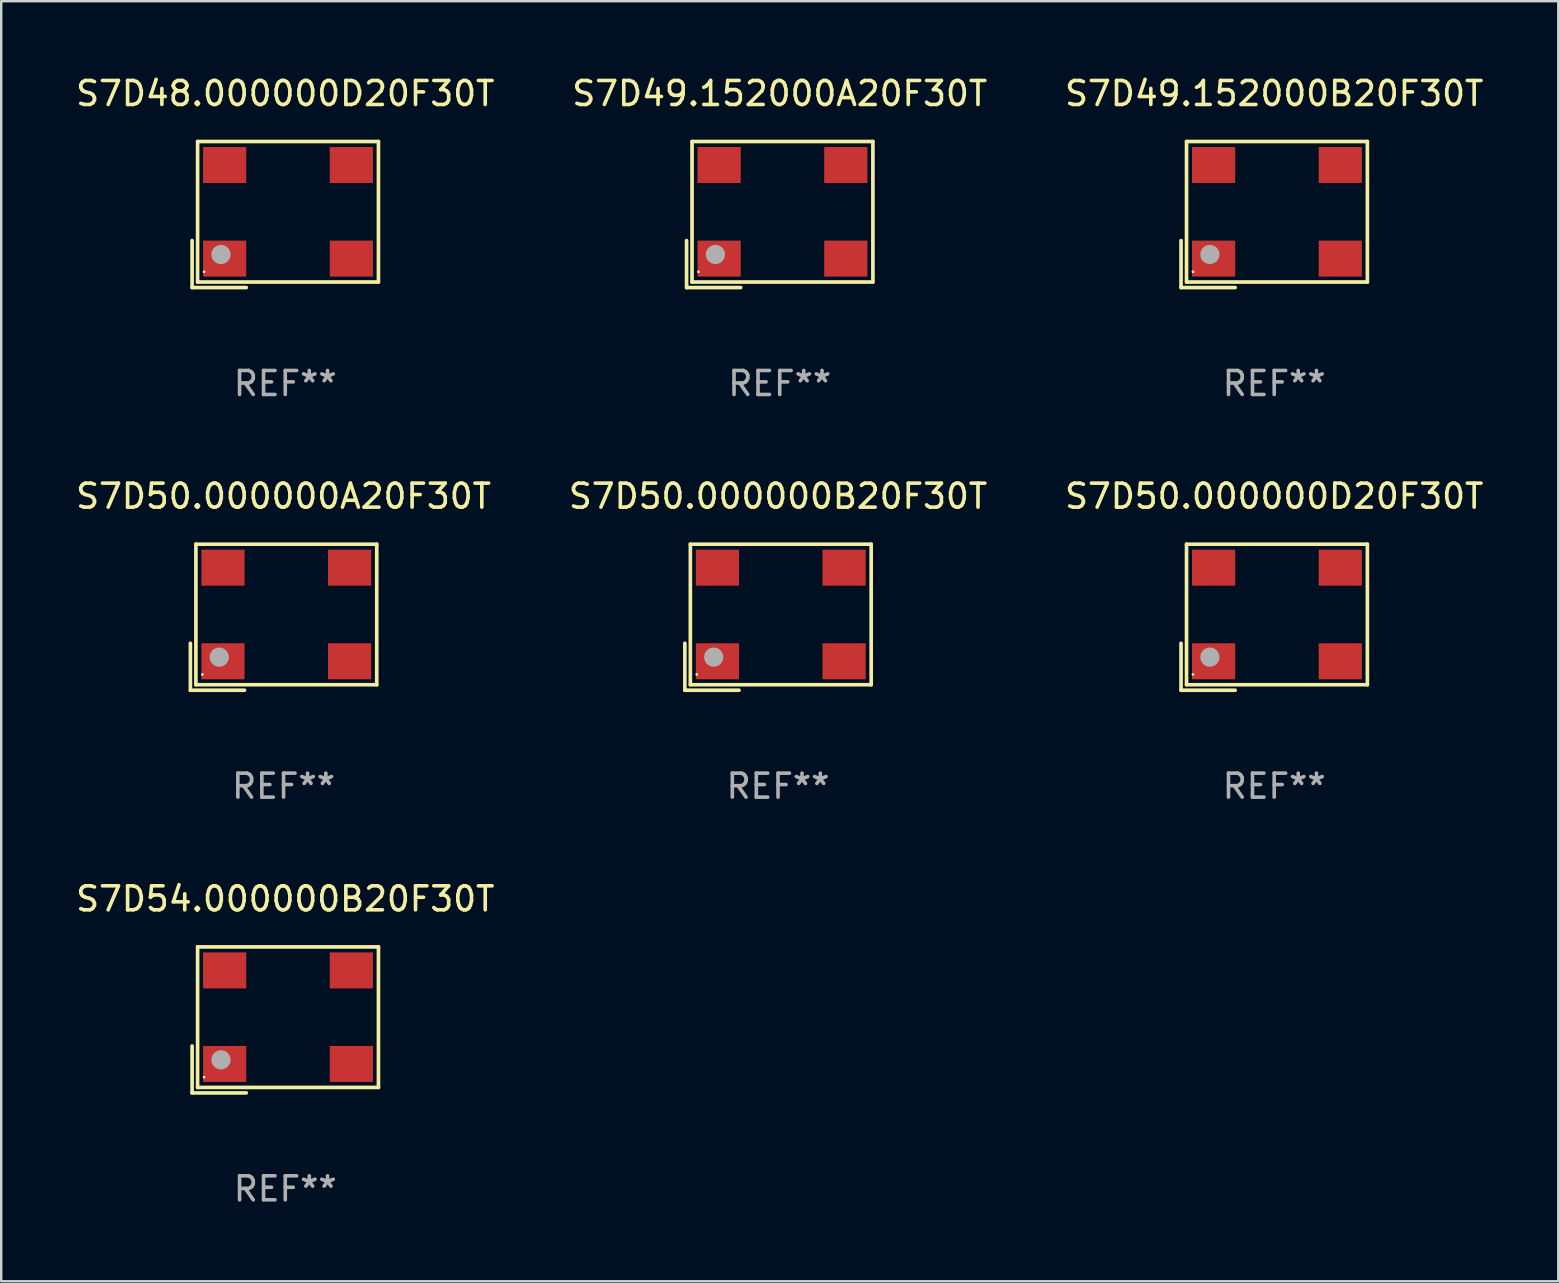
<source format=kicad_pcb>
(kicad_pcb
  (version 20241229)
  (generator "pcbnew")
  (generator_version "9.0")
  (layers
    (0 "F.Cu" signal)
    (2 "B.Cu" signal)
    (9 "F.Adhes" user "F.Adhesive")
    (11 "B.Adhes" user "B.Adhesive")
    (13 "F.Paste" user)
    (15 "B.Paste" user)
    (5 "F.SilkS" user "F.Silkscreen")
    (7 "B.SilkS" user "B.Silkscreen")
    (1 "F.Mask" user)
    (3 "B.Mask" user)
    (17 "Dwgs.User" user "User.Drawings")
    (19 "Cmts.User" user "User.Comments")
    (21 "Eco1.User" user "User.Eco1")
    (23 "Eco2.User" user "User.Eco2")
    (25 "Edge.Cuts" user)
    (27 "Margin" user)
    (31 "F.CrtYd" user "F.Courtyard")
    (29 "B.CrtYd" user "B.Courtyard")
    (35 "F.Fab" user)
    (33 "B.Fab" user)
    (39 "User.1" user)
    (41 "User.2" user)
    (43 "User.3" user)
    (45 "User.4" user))
  (footprint "S7D50.000000D20F30T"
    (layer "F.Cu")
    (at 50.054 22.673)
    (property "Reference" "S7D50.000000D20F30T" (at 0 -5.043 0) (layer "F.SilkS") (effects (font (size 1 1) (thickness 0.15))))
    (attr through_hole)
    (fp_line (start -3.883 1.086) (end -3.883 3.043) (stroke (width 0.152) (type solid)) (layer "F.SilkS"))
    (fp_line (start -3.883 3.043) (end -1.626 3.043) (stroke (width 0.152) (type solid)) (layer "F.SilkS"))
    (fp_line (start -3.654 -3.043) (end 3.883 -3.043) (stroke (width 0.152) (type solid)) (layer "F.SilkS"))
    (fp_line (start -3.654 2.814) (end -3.654 -3.043) (stroke (width 0.152) (type solid)) (layer "F.SilkS"))
    (fp_line (start 3.883 -3.043) (end 3.883 2.814) (stroke (width 0.152) (type solid)) (layer "F.SilkS"))
    (fp_line (start 3.883 2.814) (end -3.654 2.814) (stroke (width 0.152) (type solid)) (layer "F.SilkS"))
    (fp_circle (center -3.386 2.386) (end -3.356 2.386) (stroke (width 0.06) (type solid)) (fill no) (layer "F.SilkS"))
    (fp_circle (center -2.68 1.664) (end -2.48 1.664) (stroke (width 0.4) (type solid)) (fill no) (layer "F.Fab"))
    (fp_text user "REF**" (at 0 7.043 0) (layer "F.Fab") (effects (font (size 1 1) (thickness 0.15))))
    (pad "1" smd rect (at -2.526 1.836) (size 1.8 1.5) (layers "F.Cu" "F.Mask" "F.Paste"))
    (pad "2" smd rect (at 2.754 1.836) (size 1.8 1.5) (layers "F.Cu" "F.Mask" "F.Paste"))
    (pad "3" smd rect (at 2.754 -2.064) (size 1.8 1.5) (layers "F.Cu" "F.Mask" "F.Paste"))
    (pad "4" smd rect (at -2.526 -2.064) (size 1.8 1.5) (layers "F.Cu" "F.Mask" "F.Paste")))
  (footprint "S7D50.000000A20F30T"
    (layer "F.Cu")
    (at 8.768 22.673)
    (property "Reference" "S7D50.000000A20F30T" (at 0 -5.043 0) (layer "F.SilkS") (effects (font (size 1 1) (thickness 0.15))))
    (attr through_hole)
    (fp_line (start -3.883 1.086) (end -3.883 3.043) (stroke (width 0.152) (type solid)) (layer "F.SilkS"))
    (fp_line (start -3.883 3.043) (end -1.626 3.043) (stroke (width 0.152) (type solid)) (layer "F.SilkS"))
    (fp_line (start -3.654 -3.043) (end 3.883 -3.043) (stroke (width 0.152) (type solid)) (layer "F.SilkS"))
    (fp_line (start -3.654 2.814) (end -3.654 -3.043) (stroke (width 0.152) (type solid)) (layer "F.SilkS"))
    (fp_line (start 3.883 -3.043) (end 3.883 2.814) (stroke (width 0.152) (type solid)) (layer "F.SilkS"))
    (fp_line (start 3.883 2.814) (end -3.654 2.814) (stroke (width 0.152) (type solid)) (layer "F.SilkS"))
    (fp_circle (center -3.386 2.386) (end -3.356 2.386) (stroke (width 0.06) (type solid)) (fill no) (layer "F.SilkS"))
    (fp_circle (center -2.68 1.664) (end -2.48 1.664) (stroke (width 0.4) (type solid)) (fill no) (layer "F.Fab"))
    (fp_text user "REF**" (at 0 7.043 0) (layer "F.Fab") (effects (font (size 1 1) (thickness 0.15))))
    (pad "1" smd rect (at -2.526 1.836) (size 1.8 1.5) (layers "F.Cu" "F.Mask" "F.Paste"))
    (pad "2" smd rect (at 2.754 1.836) (size 1.8 1.5) (layers "F.Cu" "F.Mask" "F.Paste"))
    (pad "3" smd rect (at 2.754 -2.064) (size 1.8 1.5) (layers "F.Cu" "F.Mask" "F.Paste"))
    (pad "4" smd rect (at -2.526 -2.064) (size 1.8 1.5) (layers "F.Cu" "F.Mask" "F.Paste")))
  (footprint "S7D49.152000A20F30T"
    (layer "F.Cu")
    (at 29.446 5.891)
    (property "Reference" "S7D49.152000A20F30T" (at 0 -5.043 0) (layer "F.SilkS") (effects (font (size 1 1) (thickness 0.15))))
    (attr through_hole)
    (fp_line (start -3.883 1.086) (end -3.883 3.043) (stroke (width 0.152) (type solid)) (layer "F.SilkS"))
    (fp_line (start -3.883 3.043) (end -1.626 3.043) (stroke (width 0.152) (type solid)) (layer "F.SilkS"))
    (fp_line (start -3.654 -3.043) (end 3.883 -3.043) (stroke (width 0.152) (type solid)) (layer "F.SilkS"))
    (fp_line (start -3.654 2.814) (end -3.654 -3.043) (stroke (width 0.152) (type solid)) (layer "F.SilkS"))
    (fp_line (start 3.883 -3.043) (end 3.883 2.814) (stroke (width 0.152) (type solid)) (layer "F.SilkS"))
    (fp_line (start 3.883 2.814) (end -3.654 2.814) (stroke (width 0.152) (type solid)) (layer "F.SilkS"))
    (fp_circle (center -3.386 2.386) (end -3.356 2.386) (stroke (width 0.06) (type solid)) (fill no) (layer "F.SilkS"))
    (fp_circle (center -2.68 1.664) (end -2.48 1.664) (stroke (width 0.4) (type solid)) (fill no) (layer "F.Fab"))
    (fp_text user "REF**" (at 0 7.043 0) (layer "F.Fab") (effects (font (size 1 1) (thickness 0.15))))
    (pad "1" smd rect (at -2.526 1.836) (size 1.8 1.5) (layers "F.Cu" "F.Mask" "F.Paste"))
    (pad "2" smd rect (at 2.754 1.836) (size 1.8 1.5) (layers "F.Cu" "F.Mask" "F.Paste"))
    (pad "3" smd rect (at 2.754 -2.064) (size 1.8 1.5) (layers "F.Cu" "F.Mask" "F.Paste"))
    (pad "4" smd rect (at -2.526 -2.064) (size 1.8 1.5) (layers "F.Cu" "F.Mask" "F.Paste")))
  (footprint "S7D54.000000B20F30T"
    (layer "F.Cu")
    (at 8.839 39.456)
    (property "Reference" "S7D54.000000B20F30T" (at 0 -5.043 0) (layer "F.SilkS") (effects (font (size 1 1) (thickness 0.15))))
    (attr through_hole)
    (fp_line (start -3.883 1.086) (end -3.883 3.043) (stroke (width 0.152) (type solid)) (layer "F.SilkS"))
    (fp_line (start -3.883 3.043) (end -1.626 3.043) (stroke (width 0.152) (type solid)) (layer "F.SilkS"))
    (fp_line (start -3.654 -3.043) (end 3.883 -3.043) (stroke (width 0.152) (type solid)) (layer "F.SilkS"))
    (fp_line (start -3.654 2.814) (end -3.654 -3.043) (stroke (width 0.152) (type solid)) (layer "F.SilkS"))
    (fp_line (start 3.883 -3.043) (end 3.883 2.814) (stroke (width 0.152) (type solid)) (layer "F.SilkS"))
    (fp_line (start 3.883 2.814) (end -3.654 2.814) (stroke (width 0.152) (type solid)) (layer "F.SilkS"))
    (fp_circle (center -3.386 2.386) (end -3.356 2.386) (stroke (width 0.06) (type solid)) (fill no) (layer "F.SilkS"))
    (fp_circle (center -2.68 1.664) (end -2.48 1.664) (stroke (width 0.4) (type solid)) (fill no) (layer "F.Fab"))
    (fp_text user "REF**" (at 0 7.043 0) (layer "F.Fab") (effects (font (size 1 1) (thickness 0.15))))
    (pad "1" smd rect (at -2.526 1.836) (size 1.8 1.5) (layers "F.Cu" "F.Mask" "F.Paste"))
    (pad "2" smd rect (at 2.754 1.836) (size 1.8 1.5) (layers "F.Cu" "F.Mask" "F.Paste"))
    (pad "3" smd rect (at 2.754 -2.064) (size 1.8 1.5) (layers "F.Cu" "F.Mask" "F.Paste"))
    (pad "4" smd rect (at -2.526 -2.064) (size 1.8 1.5) (layers "F.Cu" "F.Mask" "F.Paste")))
  (footprint "S7D50.000000B20F30T"
    (layer "F.Cu")
    (at 29.375 22.673)
    (property "Reference" "S7D50.000000B20F30T" (at 0 -5.043 0) (layer "F.SilkS") (effects (font (size 1 1) (thickness 0.15))))
    (attr through_hole)
    (fp_line (start -3.883 1.086) (end -3.883 3.043) (stroke (width 0.152) (type solid)) (layer "F.SilkS"))
    (fp_line (start -3.883 3.043) (end -1.626 3.043) (stroke (width 0.152) (type solid)) (layer "F.SilkS"))
    (fp_line (start -3.654 -3.043) (end 3.883 -3.043) (stroke (width 0.152) (type solid)) (layer "F.SilkS"))
    (fp_line (start -3.654 2.814) (end -3.654 -3.043) (stroke (width 0.152) (type solid)) (layer "F.SilkS"))
    (fp_line (start 3.883 -3.043) (end 3.883 2.814) (stroke (width 0.152) (type solid)) (layer "F.SilkS"))
    (fp_line (start 3.883 2.814) (end -3.654 2.814) (stroke (width 0.152) (type solid)) (layer "F.SilkS"))
    (fp_circle (center -3.386 2.386) (end -3.356 2.386) (stroke (width 0.06) (type solid)) (fill no) (layer "F.SilkS"))
    (fp_circle (center -2.68 1.664) (end -2.48 1.664) (stroke (width 0.4) (type solid)) (fill no) (layer "F.Fab"))
    (fp_text user "REF**" (at 0 7.043 0) (layer "F.Fab") (effects (font (size 1 1) (thickness 0.15))))
    (pad "1" smd rect (at -2.526 1.836) (size 1.8 1.5) (layers "F.Cu" "F.Mask" "F.Paste"))
    (pad "2" smd rect (at 2.754 1.836) (size 1.8 1.5) (layers "F.Cu" "F.Mask" "F.Paste"))
    (pad "3" smd rect (at 2.754 -2.064) (size 1.8 1.5) (layers "F.Cu" "F.Mask" "F.Paste"))
    (pad "4" smd rect (at -2.526 -2.064) (size 1.8 1.5) (layers "F.Cu" "F.Mask" "F.Paste")))
  (footprint "S7D48.000000D20F30T"
    (layer "F.Cu")
    (at 8.839 5.891)
    (property "Reference" "S7D48.000000D20F30T" (at 0 -5.043 0) (layer "F.SilkS") (effects (font (size 1 1) (thickness 0.15))))
    (attr through_hole)
    (fp_line (start -3.883 1.086) (end -3.883 3.043) (stroke (width 0.152) (type solid)) (layer "F.SilkS"))
    (fp_line (start -3.883 3.043) (end -1.626 3.043) (stroke (width 0.152) (type solid)) (layer "F.SilkS"))
    (fp_line (start -3.654 -3.043) (end 3.883 -3.043) (stroke (width 0.152) (type solid)) (layer "F.SilkS"))
    (fp_line (start -3.654 2.814) (end -3.654 -3.043) (stroke (width 0.152) (type solid)) (layer "F.SilkS"))
    (fp_line (start 3.883 -3.043) (end 3.883 2.814) (stroke (width 0.152) (type solid)) (layer "F.SilkS"))
    (fp_line (start 3.883 2.814) (end -3.654 2.814) (stroke (width 0.152) (type solid)) (layer "F.SilkS"))
    (fp_circle (center -3.386 2.386) (end -3.356 2.386) (stroke (width 0.06) (type solid)) (fill no) (layer "F.SilkS"))
    (fp_circle (center -2.68 1.664) (end -2.48 1.664) (stroke (width 0.4) (type solid)) (fill no) (layer "F.Fab"))
    (fp_text user "REF**" (at 0 7.043 0) (layer "F.Fab") (effects (font (size 1 1) (thickness 0.15))))
    (pad "1" smd rect (at -2.526 1.836) (size 1.8 1.5) (layers "F.Cu" "F.Mask" "F.Paste"))
    (pad "2" smd rect (at 2.754 1.836) (size 1.8 1.5) (layers "F.Cu" "F.Mask" "F.Paste"))
    (pad "3" smd rect (at 2.754 -2.064) (size 1.8 1.5) (layers "F.Cu" "F.Mask" "F.Paste"))
    (pad "4" smd rect (at -2.526 -2.064) (size 1.8 1.5) (layers "F.Cu" "F.Mask" "F.Paste")))
  (footprint "S7D49.152000B20F30T"
    (layer "F.Cu")
    (at 50.054 5.891)
    (property "Reference" "S7D49.152000B20F30T" (at 0 -5.043 0) (layer "F.SilkS") (effects (font (size 1 1) (thickness 0.15))))
    (attr through_hole)
    (fp_line (start -3.883 1.086) (end -3.883 3.043) (stroke (width 0.152) (type solid)) (layer "F.SilkS"))
    (fp_line (start -3.883 3.043) (end -1.626 3.043) (stroke (width 0.152) (type solid)) (layer "F.SilkS"))
    (fp_line (start -3.654 -3.043) (end 3.883 -3.043) (stroke (width 0.152) (type solid)) (layer "F.SilkS"))
    (fp_line (start -3.654 2.814) (end -3.654 -3.043) (stroke (width 0.152) (type solid)) (layer "F.SilkS"))
    (fp_line (start 3.883 -3.043) (end 3.883 2.814) (stroke (width 0.152) (type solid)) (layer "F.SilkS"))
    (fp_line (start 3.883 2.814) (end -3.654 2.814) (stroke (width 0.152) (type solid)) (layer "F.SilkS"))
    (fp_circle (center -3.386 2.386) (end -3.356 2.386) (stroke (width 0.06) (type solid)) (fill no) (layer "F.SilkS"))
    (fp_circle (center -2.68 1.664) (end -2.48 1.664) (stroke (width 0.4) (type solid)) (fill no) (layer "F.Fab"))
    (fp_text user "REF**" (at 0 7.043 0) (layer "F.Fab") (effects (font (size 1 1) (thickness 0.15))))
    (pad "1" smd rect (at -2.526 1.836) (size 1.8 1.5) (layers "F.Cu" "F.Mask" "F.Paste"))
    (pad "2" smd rect (at 2.754 1.836) (size 1.8 1.5) (layers "F.Cu" "F.Mask" "F.Paste"))
    (pad "3" smd rect (at 2.754 -2.064) (size 1.8 1.5) (layers "F.Cu" "F.Mask" "F.Paste"))
    (pad "4" smd rect (at -2.526 -2.064) (size 1.8 1.5) (layers "F.Cu" "F.Mask" "F.Paste")))
  (gr_rect
    (start -3 -3)
    (end 61.893 50.347)
    (stroke (width 0.1) (type default))
    (fill no)
    (layer "Edge.Cuts")))
</source>
